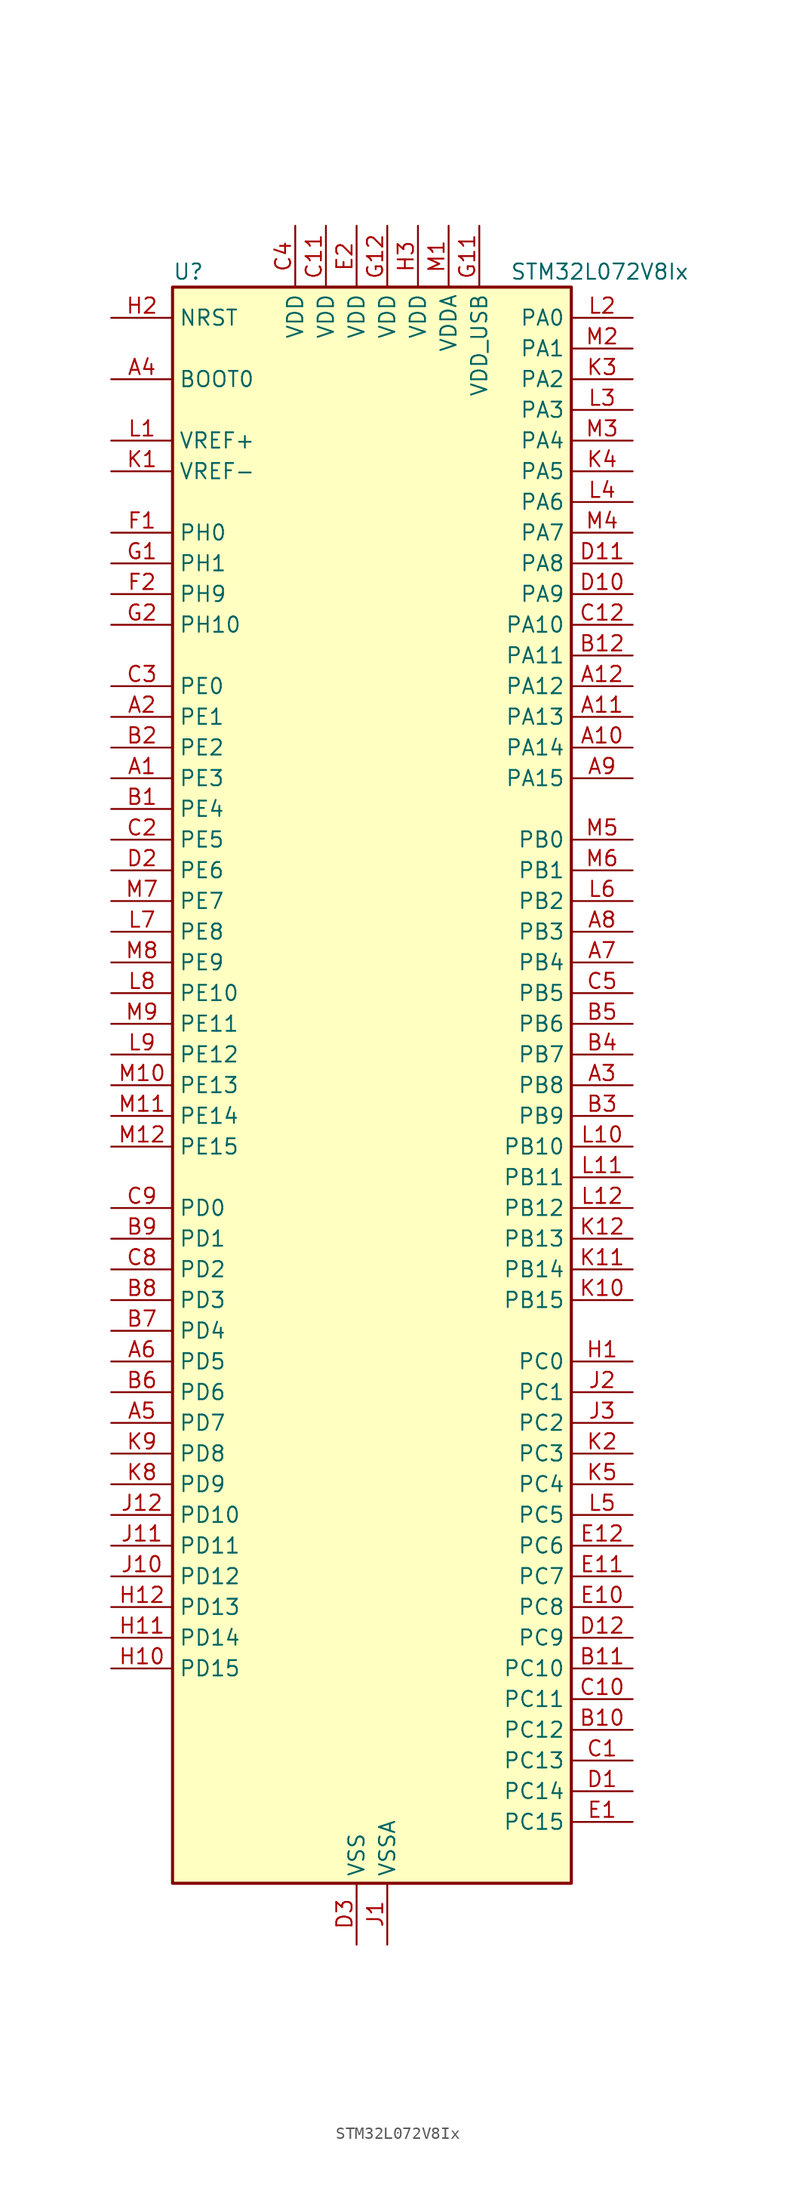
<source format=kicad_sym>
(kicad_symbol_lib
  (version 20220914)
  (generator kicad_symbol_editor)
  (symbol "STM32L072V8Ix"
    (property "Reference" "U"
      (at -15.24 67.31 0)
      (effects (font (size 1.27 1.27)) (justify left)))
    (property "Value" "STM32L072V8Ix"
      (at 12.7 67.31 0)
      (effects (font (size 1.27 1.27)) (justify left)))
    (property "ki_locked" ""
      (at 0 0 0)
      (effects (font (size 1.27 1.27))))
    (symbol "STM32L072V8Ix_0_1"
      (rectangle (start -15.24 -66.04) (end 17.78 66.04) (stroke (width 0.254) (type default)) (fill (type background))))
    (symbol "STM32L072V8Ix_1_1"
      (pin bidirectional line (at -20.32 25.4 0) (length 5.08) (name "PE3" (effects (font (size 1.27 1.27)))) (number "A1" (effects (font (size 1.27 1.27)))) (alternate "TIM22_CH1" bidirectional line) (alternate "TIM3_CH1" bidirectional line))
      (pin bidirectional line (at 22.86 27.94 180) (length 5.08) (name "PA14" (effects (font (size 1.27 1.27)))) (number "A10" (effects (font (size 1.27 1.27)))) (alternate "LPUART1_TX" bidirectional line) (alternate "SYS_SWCLK" bidirectional line) (alternate "USART2_TX" bidirectional line))
      (pin bidirectional line (at 22.86 30.48 180) (length 5.08) (name "PA13" (effects (font (size 1.27 1.27)))) (number "A11" (effects (font (size 1.27 1.27)))) (alternate "LPUART1_RX" bidirectional line) (alternate "SYS_SWDIO" bidirectional line) (alternate "USB_NOE" bidirectional line))
      (pin bidirectional line (at 22.86 33.02 180) (length 5.08) (name "PA12" (effects (font (size 1.27 1.27)))) (number "A12" (effects (font (size 1.27 1.27)))) (alternate "COMP2_OUT" bidirectional line) (alternate "SPI1_MOSI" bidirectional line) (alternate "TSC_G4_IO4" bidirectional line) (alternate "USART1_DE" bidirectional line) (alternate "USART1_RTS" bidirectional line) (alternate "USB_DP" bidirectional line))
      (pin bidirectional line (at -20.32 30.48 0) (length 5.08) (name "PE1" (effects (font (size 1.27 1.27)))) (number "A2" (effects (font (size 1.27 1.27)))))
      (pin bidirectional line (at 22.86 0 180) (length 5.08) (name "PB8" (effects (font (size 1.27 1.27)))) (number "A3" (effects (font (size 1.27 1.27)))) (alternate "I2C1_SCL" bidirectional line) (alternate "TSC_SYNC" bidirectional line))
      (pin input line (at -20.32 58.42 0) (length 5.08) (name "BOOT0" (effects (font (size 1.27 1.27)))) (number "A4" (effects (font (size 1.27 1.27)))))
      (pin bidirectional line (at -20.32 -27.94 0) (length 5.08) (name "PD7" (effects (font (size 1.27 1.27)))) (number "A5" (effects (font (size 1.27 1.27)))) (alternate "TIM21_CH2" bidirectional line) (alternate "USART2_CK" bidirectional line))
      (pin bidirectional line (at -20.32 -22.86 0) (length 5.08) (name "PD5" (effects (font (size 1.27 1.27)))) (number "A6" (effects (font (size 1.27 1.27)))) (alternate "USART2_TX" bidirectional line))
      (pin bidirectional line (at 22.86 10.16 180) (length 5.08) (name "PB4" (effects (font (size 1.27 1.27)))) (number "A7" (effects (font (size 1.27 1.27)))) (alternate "COMP2_INP" bidirectional line) (alternate "I2C3_SDA" bidirectional line) (alternate "SPI1_MISO" bidirectional line) (alternate "TIM22_CH1" bidirectional line) (alternate "TIM3_CH1" bidirectional line) (alternate "TSC_G5_IO2" bidirectional line) (alternate "USART1_CTS" bidirectional line) (alternate "USART5_RX" bidirectional line))
      (pin bidirectional line (at 22.86 12.7 180) (length 5.08) (name "PB3" (effects (font (size 1.27 1.27)))) (number "A8" (effects (font (size 1.27 1.27)))) (alternate "COMP2_INM" bidirectional line) (alternate "SPI1_SCK" bidirectional line) (alternate "TIM2_CH2" bidirectional line) (alternate "TSC_G5_IO1" bidirectional line) (alternate "USART1_DE" bidirectional line) (alternate "USART1_RTS" bidirectional line) (alternate "USART5_TX" bidirectional line))
      (pin bidirectional line (at 22.86 25.4 180) (length 5.08) (name "PA15" (effects (font (size 1.27 1.27)))) (number "A9" (effects (font (size 1.27 1.27)))) (alternate "SPI1_NSS" bidirectional line) (alternate "TIM2_CH1" bidirectional line) (alternate "TIM2_ETR" bidirectional line) (alternate "USART2_RX" bidirectional line) (alternate "USART4_DE" bidirectional line) (alternate "USART4_RTS" bidirectional line))
      (pin bidirectional line (at -20.32 22.86 0) (length 5.08) (name "PE4" (effects (font (size 1.27 1.27)))) (number "B1" (effects (font (size 1.27 1.27)))) (alternate "TIM22_CH2" bidirectional line) (alternate "TIM3_CH2" bidirectional line))
      (pin bidirectional line (at 22.86 -53.34 180) (length 5.08) (name "PC12" (effects (font (size 1.27 1.27)))) (number "B10" (effects (font (size 1.27 1.27)))) (alternate "USART4_CK" bidirectional line) (alternate "USART5_TX" bidirectional line))
      (pin bidirectional line (at 22.86 -48.26 180) (length 5.08) (name "PC10" (effects (font (size 1.27 1.27)))) (number "B11" (effects (font (size 1.27 1.27)))) (alternate "LPUART1_TX" bidirectional line) (alternate "USART4_TX" bidirectional line))
      (pin bidirectional line (at 22.86 35.56 180) (length 5.08) (name "PA11" (effects (font (size 1.27 1.27)))) (number "B12" (effects (font (size 1.27 1.27)))) (alternate "ADC_EXTI11" bidirectional line) (alternate "COMP1_OUT" bidirectional line) (alternate "SPI1_MISO" bidirectional line) (alternate "TSC_G4_IO3" bidirectional line) (alternate "USART1_CTS" bidirectional line) (alternate "USB_DM" bidirectional line))
      (pin bidirectional line (at -20.32 27.94 0) (length 5.08) (name "PE2" (effects (font (size 1.27 1.27)))) (number "B2" (effects (font (size 1.27 1.27)))) (alternate "TIM3_ETR" bidirectional line))
      (pin bidirectional line (at 22.86 -2.54 180) (length 5.08) (name "PB9" (effects (font (size 1.27 1.27)))) (number "B3" (effects (font (size 1.27 1.27)))) (alternate "DAC_EXTI9" bidirectional line) (alternate "I2C1_SDA" bidirectional line) (alternate "I2S2_WS" bidirectional line) (alternate "SPI2_NSS" bidirectional line))
      (pin bidirectional line (at 22.86 2.54 180) (length 5.08) (name "PB7" (effects (font (size 1.27 1.27)))) (number "B4" (effects (font (size 1.27 1.27)))) (alternate "COMP2_INP" bidirectional line) (alternate "I2C1_SDA" bidirectional line) (alternate "LPTIM1_IN2" bidirectional line) (alternate "SYS_PVD_IN" bidirectional line) (alternate "TSC_G5_IO4" bidirectional line) (alternate "USART1_RX" bidirectional line) (alternate "USART4_CTS" bidirectional line))
      (pin bidirectional line (at 22.86 5.08 180) (length 5.08) (name "PB6" (effects (font (size 1.27 1.27)))) (number "B5" (effects (font (size 1.27 1.27)))) (alternate "COMP2_INP" bidirectional line) (alternate "I2C1_SCL" bidirectional line) (alternate "LPTIM1_ETR" bidirectional line) (alternate "TSC_G5_IO3" bidirectional line) (alternate "USART1_TX" bidirectional line))
      (pin bidirectional line (at -20.32 -25.4 0) (length 5.08) (name "PD6" (effects (font (size 1.27 1.27)))) (number "B6" (effects (font (size 1.27 1.27)))) (alternate "USART2_RX" bidirectional line))
      (pin bidirectional line (at -20.32 -20.32 0) (length 5.08) (name "PD4" (effects (font (size 1.27 1.27)))) (number "B7" (effects (font (size 1.27 1.27)))) (alternate "I2S2_SD" bidirectional line) (alternate "SPI2_MOSI" bidirectional line) (alternate "USART2_DE" bidirectional line) (alternate "USART2_RTS" bidirectional line))
      (pin bidirectional line (at -20.32 -17.78 0) (length 5.08) (name "PD3" (effects (font (size 1.27 1.27)))) (number "B8" (effects (font (size 1.27 1.27)))) (alternate "I2S2_MCK" bidirectional line) (alternate "SPI2_MISO" bidirectional line) (alternate "USART2_CTS" bidirectional line))
      (pin bidirectional line (at -20.32 -12.7 0) (length 5.08) (name "PD1" (effects (font (size 1.27 1.27)))) (number "B9" (effects (font (size 1.27 1.27)))) (alternate "I2S2_CK" bidirectional line) (alternate "SPI2_SCK" bidirectional line))
      (pin bidirectional line (at 22.86 -55.88 180) (length 5.08) (name "PC13" (effects (font (size 1.27 1.27)))) (number "C1" (effects (font (size 1.27 1.27)))) (alternate "RTC_OUT_ALARM" bidirectional line) (alternate "RTC_OUT_CALIB" bidirectional line) (alternate "RTC_TAMP1" bidirectional line) (alternate "RTC_TS" bidirectional line) (alternate "SYS_WKUP2" bidirectional line))
      (pin bidirectional line (at 22.86 -50.8 180) (length 5.08) (name "PC11" (effects (font (size 1.27 1.27)))) (number "C10" (effects (font (size 1.27 1.27)))) (alternate "ADC_EXTI11" bidirectional line) (alternate "LPUART1_RX" bidirectional line) (alternate "USART4_RX" bidirectional line))
      (pin power_in line (at -2.54 71.12 270) (length 5.08) (name "VDD" (effects (font (size 1.27 1.27)))) (number "C11" (effects (font (size 1.27 1.27)))))
      (pin bidirectional line (at 22.86 38.1 180) (length 5.08) (name "PA10" (effects (font (size 1.27 1.27)))) (number "C12" (effects (font (size 1.27 1.27)))) (alternate "I2C1_SDA" bidirectional line) (alternate "TSC_G4_IO2" bidirectional line) (alternate "USART1_RX" bidirectional line))
      (pin bidirectional line (at -20.32 20.32 0) (length 5.08) (name "PE5" (effects (font (size 1.27 1.27)))) (number "C2" (effects (font (size 1.27 1.27)))) (alternate "TIM21_CH1" bidirectional line) (alternate "TIM3_CH3" bidirectional line))
      (pin bidirectional line (at -20.32 33.02 0) (length 5.08) (name "PE0" (effects (font (size 1.27 1.27)))) (number "C3" (effects (font (size 1.27 1.27)))))
      (pin power_in line (at -5.08 71.12 270) (length 5.08) (name "VDD" (effects (font (size 1.27 1.27)))) (number "C4" (effects (font (size 1.27 1.27)))))
      (pin bidirectional line (at 22.86 7.62 180) (length 5.08) (name "PB5" (effects (font (size 1.27 1.27)))) (number "C5" (effects (font (size 1.27 1.27)))) (alternate "COMP2_INP" bidirectional line) (alternate "I2C1_SMBA" bidirectional line) (alternate "LPTIM1_IN1" bidirectional line) (alternate "SPI1_MOSI" bidirectional line) (alternate "TIM22_CH2" bidirectional line) (alternate "TIM3_CH2" bidirectional line) (alternate "USART1_CK" bidirectional line) (alternate "USART5_CK" bidirectional line) (alternate "USART5_DE" bidirectional line) (alternate "USART5_RTS" bidirectional line))
      (pin bidirectional line (at -20.32 -15.24 0) (length 5.08) (name "PD2" (effects (font (size 1.27 1.27)))) (number "C8" (effects (font (size 1.27 1.27)))) (alternate "LPUART1_DE" bidirectional line) (alternate "LPUART1_RTS" bidirectional line) (alternate "TIM3_ETR" bidirectional line) (alternate "USART5_RX" bidirectional line))
      (pin bidirectional line (at -20.32 -10.16 0) (length 5.08) (name "PD0" (effects (font (size 1.27 1.27)))) (number "C9" (effects (font (size 1.27 1.27)))) (alternate "I2S2_WS" bidirectional line) (alternate "SPI2_NSS" bidirectional line) (alternate "TIM21_CH1" bidirectional line))
      (pin bidirectional line (at 22.86 -58.42 180) (length 5.08) (name "PC14" (effects (font (size 1.27 1.27)))) (number "D1" (effects (font (size 1.27 1.27)))) (alternate "RCC_OSC32_IN" bidirectional line))
      (pin bidirectional line (at 22.86 40.64 180) (length 5.08) (name "PA9" (effects (font (size 1.27 1.27)))) (number "D10" (effects (font (size 1.27 1.27)))) (alternate "DAC_EXTI9" bidirectional line) (alternate "I2C1_SCL" bidirectional line) (alternate "I2C3_SMBA" bidirectional line) (alternate "RCC_MCO" bidirectional line) (alternate "TSC_G4_IO1" bidirectional line) (alternate "USART1_TX" bidirectional line))
      (pin bidirectional line (at 22.86 43.18 180) (length 5.08) (name "PA8" (effects (font (size 1.27 1.27)))) (number "D11" (effects (font (size 1.27 1.27)))) (alternate "CRS_SYNC" bidirectional line) (alternate "I2C3_SCL" bidirectional line) (alternate "RCC_MCO" bidirectional line) (alternate "USART1_CK" bidirectional line))
      (pin bidirectional line (at 22.86 -45.72 180) (length 5.08) (name "PC9" (effects (font (size 1.27 1.27)))) (number "D12" (effects (font (size 1.27 1.27)))) (alternate "DAC_EXTI9" bidirectional line) (alternate "I2C3_SDA" bidirectional line) (alternate "TIM21_ETR" bidirectional line) (alternate "TIM3_CH4" bidirectional line) (alternate "TSC_G8_IO4" bidirectional line) (alternate "USB_NOE" bidirectional line))
      (pin bidirectional line (at -20.32 17.78 0) (length 5.08) (name "PE6" (effects (font (size 1.27 1.27)))) (number "D2" (effects (font (size 1.27 1.27)))) (alternate "RTC_TAMP3" bidirectional line) (alternate "SYS_WKUP3" bidirectional line) (alternate "TIM21_CH2" bidirectional line) (alternate "TIM3_CH4" bidirectional line))
      (pin power_in line (at 0 -71.12 90) (length 5.08) (name "VSS" (effects (font (size 1.27 1.27)))) (number "D3" (effects (font (size 1.27 1.27)))))
      (pin bidirectional line (at 22.86 -60.96 180) (length 5.08) (name "PC15" (effects (font (size 1.27 1.27)))) (number "E1" (effects (font (size 1.27 1.27)))) (alternate "RCC_OSC32_OUT" bidirectional line))
      (pin bidirectional line (at 22.86 -43.18 180) (length 5.08) (name "PC8" (effects (font (size 1.27 1.27)))) (number "E10" (effects (font (size 1.27 1.27)))) (alternate "TIM22_ETR" bidirectional line) (alternate "TIM3_CH3" bidirectional line) (alternate "TSC_G8_IO3" bidirectional line))
      (pin bidirectional line (at 22.86 -40.64 180) (length 5.08) (name "PC7" (effects (font (size 1.27 1.27)))) (number "E11" (effects (font (size 1.27 1.27)))) (alternate "TIM22_CH2" bidirectional line) (alternate "TIM3_CH2" bidirectional line) (alternate "TSC_G8_IO2" bidirectional line))
      (pin bidirectional line (at 22.86 -38.1 180) (length 5.08) (name "PC6" (effects (font (size 1.27 1.27)))) (number "E12" (effects (font (size 1.27 1.27)))) (alternate "TIM22_CH1" bidirectional line) (alternate "TIM3_CH1" bidirectional line) (alternate "TSC_G8_IO1" bidirectional line))
      (pin power_in line (at 0 71.12 270) (length 5.08) (name "VDD" (effects (font (size 1.27 1.27)))) (number "E2" (effects (font (size 1.27 1.27)))))
      (pin passive line (at 0 -71.12 90) (length 5.08) hide (name "VSS" (effects (font (size 1.27 1.27)))) (number "E3" (effects (font (size 1.27 1.27)))))
      (pin bidirectional line (at -20.32 45.72 0) (length 5.08) (name "PH0" (effects (font (size 1.27 1.27)))) (number "F1" (effects (font (size 1.27 1.27)))) (alternate "CRS_SYNC" bidirectional line) (alternate "RCC_OSC_IN" bidirectional line))
      (pin passive line (at 0 -71.12 90) (length 5.08) hide (name "VSS" (effects (font (size 1.27 1.27)))) (number "F11" (effects (font (size 1.27 1.27)))))
      (pin passive line (at 0 -71.12 90) (length 5.08) hide (name "VSS" (effects (font (size 1.27 1.27)))) (number "F12" (effects (font (size 1.27 1.27)))))
      (pin bidirectional line (at -20.32 40.64 0) (length 5.08) (name "PH9" (effects (font (size 1.27 1.27)))) (number "F2" (effects (font (size 1.27 1.27)))) (alternate "DAC_EXTI9" bidirectional line))
      (pin bidirectional line (at -20.32 43.18 0) (length 5.08) (name "PH1" (effects (font (size 1.27 1.27)))) (number "G1" (effects (font (size 1.27 1.27)))) (alternate "RCC_OSC_OUT" bidirectional line))
      (pin power_in line (at 10.16 71.12 270) (length 5.08) (name "VDD_USB" (effects (font (size 1.27 1.27)))) (number "G11" (effects (font (size 1.27 1.27)))))
      (pin power_in line (at 2.54 71.12 270) (length 5.08) (name "VDD" (effects (font (size 1.27 1.27)))) (number "G12" (effects (font (size 1.27 1.27)))))
      (pin bidirectional line (at -20.32 38.1 0) (length 5.08) (name "PH10" (effects (font (size 1.27 1.27)))) (number "G2" (effects (font (size 1.27 1.27)))))
      (pin bidirectional line (at 22.86 -22.86 180) (length 5.08) (name "PC0" (effects (font (size 1.27 1.27)))) (number "H1" (effects (font (size 1.27 1.27)))) (alternate "ADC_IN10" bidirectional line) (alternate "I2C3_SCL" bidirectional line) (alternate "LPTIM1_IN1" bidirectional line) (alternate "LPUART1_RX" bidirectional line) (alternate "TSC_G7_IO1" bidirectional line))
      (pin bidirectional line (at -20.32 -48.26 0) (length 5.08) (name "PD15" (effects (font (size 1.27 1.27)))) (number "H10" (effects (font (size 1.27 1.27)))) (alternate "CRS_SYNC" bidirectional line))
      (pin bidirectional line (at -20.32 -45.72 0) (length 5.08) (name "PD14" (effects (font (size 1.27 1.27)))) (number "H11" (effects (font (size 1.27 1.27)))))
      (pin bidirectional line (at -20.32 -43.18 0) (length 5.08) (name "PD13" (effects (font (size 1.27 1.27)))) (number "H12" (effects (font (size 1.27 1.27)))))
      (pin input line (at -20.32 63.5 0) (length 5.08) (name "NRST" (effects (font (size 1.27 1.27)))) (number "H2" (effects (font (size 1.27 1.27)))))
      (pin power_in line (at 5.08 71.12 270) (length 5.08) (name "VDD" (effects (font (size 1.27 1.27)))) (number "H3" (effects (font (size 1.27 1.27)))))
      (pin power_in line (at 2.54 -71.12 90) (length 5.08) (name "VSSA" (effects (font (size 1.27 1.27)))) (number "J1" (effects (font (size 1.27 1.27)))))
      (pin bidirectional line (at -20.32 -40.64 0) (length 5.08) (name "PD12" (effects (font (size 1.27 1.27)))) (number "J10" (effects (font (size 1.27 1.27)))) (alternate "LPUART1_DE" bidirectional line) (alternate "LPUART1_RTS" bidirectional line))
      (pin bidirectional line (at -20.32 -38.1 0) (length 5.08) (name "PD11" (effects (font (size 1.27 1.27)))) (number "J11" (effects (font (size 1.27 1.27)))) (alternate "ADC_EXTI11" bidirectional line) (alternate "LPUART1_CTS" bidirectional line))
      (pin bidirectional line (at -20.32 -35.56 0) (length 5.08) (name "PD10" (effects (font (size 1.27 1.27)))) (number "J12" (effects (font (size 1.27 1.27)))))
      (pin bidirectional line (at 22.86 -25.4 180) (length 5.08) (name "PC1" (effects (font (size 1.27 1.27)))) (number "J2" (effects (font (size 1.27 1.27)))) (alternate "ADC_IN11" bidirectional line) (alternate "I2C3_SDA" bidirectional line) (alternate "LPTIM1_OUT" bidirectional line) (alternate "LPUART1_TX" bidirectional line) (alternate "TSC_G7_IO2" bidirectional line))
      (pin bidirectional line (at 22.86 -27.94 180) (length 5.08) (name "PC2" (effects (font (size 1.27 1.27)))) (number "J3" (effects (font (size 1.27 1.27)))) (alternate "ADC_IN12" bidirectional line) (alternate "I2S2_MCK" bidirectional line) (alternate "LPTIM1_IN2" bidirectional line) (alternate "SPI2_MISO" bidirectional line) (alternate "TSC_G7_IO3" bidirectional line))
      (pin input line (at -20.32 50.8 0) (length 5.08) (name "VREF-" (effects (font (size 1.27 1.27)))) (number "K1" (effects (font (size 1.27 1.27)))))
      (pin bidirectional line (at 22.86 -17.78 180) (length 5.08) (name "PB15" (effects (font (size 1.27 1.27)))) (number "K10" (effects (font (size 1.27 1.27)))) (alternate "I2S2_SD" bidirectional line) (alternate "RTC_REFIN" bidirectional line) (alternate "SPI2_MOSI" bidirectional line))
      (pin bidirectional line (at 22.86 -15.24 180) (length 5.08) (name "PB14" (effects (font (size 1.27 1.27)))) (number "K11" (effects (font (size 1.27 1.27)))) (alternate "I2C2_SDA" bidirectional line) (alternate "I2S2_MCK" bidirectional line) (alternate "LPUART1_DE" bidirectional line) (alternate "LPUART1_RTS" bidirectional line) (alternate "RTC_OUT_ALARM" bidirectional line) (alternate "RTC_OUT_CALIB" bidirectional line) (alternate "SPI2_MISO" bidirectional line) (alternate "TIM21_CH2" bidirectional line) (alternate "TSC_G6_IO4" bidirectional line))
      (pin bidirectional line (at 22.86 -12.7 180) (length 5.08) (name "PB13" (effects (font (size 1.27 1.27)))) (number "K12" (effects (font (size 1.27 1.27)))) (alternate "I2C2_SCL" bidirectional line) (alternate "I2S2_CK" bidirectional line) (alternate "LPUART1_CTS" bidirectional line) (alternate "RCC_MCO" bidirectional line) (alternate "SPI2_SCK" bidirectional line) (alternate "TIM21_CH1" bidirectional line) (alternate "TSC_G6_IO3" bidirectional line))
      (pin bidirectional line (at 22.86 -30.48 180) (length 5.08) (name "PC3" (effects (font (size 1.27 1.27)))) (number "K2" (effects (font (size 1.27 1.27)))) (alternate "ADC_IN13" bidirectional line) (alternate "I2S2_SD" bidirectional line) (alternate "LPTIM1_ETR" bidirectional line) (alternate "SPI2_MOSI" bidirectional line) (alternate "TSC_G7_IO4" bidirectional line))
      (pin bidirectional line (at 22.86 58.42 180) (length 5.08) (name "PA2" (effects (font (size 1.27 1.27)))) (number "K3" (effects (font (size 1.27 1.27)))) (alternate "ADC_IN2" bidirectional line) (alternate "COMP2_INM" bidirectional line) (alternate "COMP2_OUT" bidirectional line) (alternate "LPUART1_TX" bidirectional line) (alternate "TIM21_CH1" bidirectional line) (alternate "TIM2_CH3" bidirectional line) (alternate "TSC_G1_IO3" bidirectional line) (alternate "USART2_TX" bidirectional line))
      (pin bidirectional line (at 22.86 50.8 180) (length 5.08) (name "PA5" (effects (font (size 1.27 1.27)))) (number "K4" (effects (font (size 1.27 1.27)))) (alternate "ADC_IN5" bidirectional line) (alternate "COMP1_INM" bidirectional line) (alternate "COMP2_INM" bidirectional line) (alternate "DAC_OUT2" bidirectional line) (alternate "SPI1_SCK" bidirectional line) (alternate "TIM2_CH1" bidirectional line) (alternate "TIM2_ETR" bidirectional line) (alternate "TSC_G2_IO2" bidirectional line))
      (pin bidirectional line (at 22.86 -33.02 180) (length 5.08) (name "PC4" (effects (font (size 1.27 1.27)))) (number "K5" (effects (font (size 1.27 1.27)))) (alternate "ADC_IN14" bidirectional line) (alternate "LPUART1_TX" bidirectional line))
      (pin bidirectional line (at -20.32 -33.02 0) (length 5.08) (name "PD9" (effects (font (size 1.27 1.27)))) (number "K8" (effects (font (size 1.27 1.27)))) (alternate "DAC_EXTI9" bidirectional line) (alternate "LPUART1_RX" bidirectional line))
      (pin bidirectional line (at -20.32 -30.48 0) (length 5.08) (name "PD8" (effects (font (size 1.27 1.27)))) (number "K9" (effects (font (size 1.27 1.27)))) (alternate "LPUART1_TX" bidirectional line))
      (pin input line (at -20.32 53.34 0) (length 5.08) (name "VREF+" (effects (font (size 1.27 1.27)))) (number "L1" (effects (font (size 1.27 1.27)))))
      (pin bidirectional line (at 22.86 -5.08 180) (length 5.08) (name "PB10" (effects (font (size 1.27 1.27)))) (number "L10" (effects (font (size 1.27 1.27)))) (alternate "I2C2_SCL" bidirectional line) (alternate "LPUART1_RX" bidirectional line) (alternate "LPUART1_TX" bidirectional line) (alternate "SPI2_SCK" bidirectional line) (alternate "TIM2_CH3" bidirectional line) (alternate "TSC_SYNC" bidirectional line))
      (pin bidirectional line (at 22.86 -7.62 180) (length 5.08) (name "PB11" (effects (font (size 1.27 1.27)))) (number "L11" (effects (font (size 1.27 1.27)))) (alternate "ADC_EXTI11" bidirectional line) (alternate "I2C2_SDA" bidirectional line) (alternate "LPUART1_RX" bidirectional line) (alternate "LPUART1_TX" bidirectional line) (alternate "TIM2_CH4" bidirectional line) (alternate "TSC_G6_IO1" bidirectional line))
      (pin bidirectional line (at 22.86 -10.16 180) (length 5.08) (name "PB12" (effects (font (size 1.27 1.27)))) (number "L12" (effects (font (size 1.27 1.27)))) (alternate "I2S2_WS" bidirectional line) (alternate "LPUART1_DE" bidirectional line) (alternate "LPUART1_RTS" bidirectional line) (alternate "SPI2_NSS" bidirectional line) (alternate "TSC_G6_IO2" bidirectional line))
      (pin bidirectional line (at 22.86 63.5 180) (length 5.08) (name "PA0" (effects (font (size 1.27 1.27)))) (number "L2" (effects (font (size 1.27 1.27)))) (alternate "ADC_IN0" bidirectional line) (alternate "COMP1_INM" bidirectional line) (alternate "COMP1_OUT" bidirectional line) (alternate "RTC_TAMP2" bidirectional line) (alternate "SYS_WKUP1" bidirectional line) (alternate "TIM2_CH1" bidirectional line) (alternate "TIM2_ETR" bidirectional line) (alternate "TSC_G1_IO1" bidirectional line) (alternate "USART2_CTS" bidirectional line) (alternate "USART4_TX" bidirectional line))
      (pin bidirectional line (at 22.86 55.88 180) (length 5.08) (name "PA3" (effects (font (size 1.27 1.27)))) (number "L3" (effects (font (size 1.27 1.27)))) (alternate "ADC_IN3" bidirectional line) (alternate "COMP2_INP" bidirectional line) (alternate "LPUART1_RX" bidirectional line) (alternate "TIM21_CH2" bidirectional line) (alternate "TIM2_CH4" bidirectional line) (alternate "TSC_G1_IO4" bidirectional line) (alternate "USART2_RX" bidirectional line))
      (pin bidirectional line (at 22.86 48.26 180) (length 5.08) (name "PA6" (effects (font (size 1.27 1.27)))) (number "L4" (effects (font (size 1.27 1.27)))) (alternate "ADC_IN6" bidirectional line) (alternate "COMP1_OUT" bidirectional line) (alternate "LPUART1_CTS" bidirectional line) (alternate "SPI1_MISO" bidirectional line) (alternate "TIM22_CH1" bidirectional line) (alternate "TIM3_CH1" bidirectional line) (alternate "TSC_G2_IO3" bidirectional line))
      (pin bidirectional line (at 22.86 -35.56 180) (length 5.08) (name "PC5" (effects (font (size 1.27 1.27)))) (number "L5" (effects (font (size 1.27 1.27)))) (alternate "ADC_IN15" bidirectional line) (alternate "LPUART1_RX" bidirectional line) (alternate "TSC_G3_IO1" bidirectional line))
      (pin bidirectional line (at 22.86 15.24 180) (length 5.08) (name "PB2" (effects (font (size 1.27 1.27)))) (number "L6" (effects (font (size 1.27 1.27)))) (alternate "I2C3_SMBA" bidirectional line) (alternate "LPTIM1_OUT" bidirectional line) (alternate "TSC_G3_IO4" bidirectional line))
      (pin bidirectional line (at -20.32 12.7 0) (length 5.08) (name "PE8" (effects (font (size 1.27 1.27)))) (number "L7" (effects (font (size 1.27 1.27)))) (alternate "USART4_TX" bidirectional line))
      (pin bidirectional line (at -20.32 7.62 0) (length 5.08) (name "PE10" (effects (font (size 1.27 1.27)))) (number "L8" (effects (font (size 1.27 1.27)))) (alternate "TIM2_CH2" bidirectional line) (alternate "USART5_TX" bidirectional line))
      (pin bidirectional line (at -20.32 2.54 0) (length 5.08) (name "PE12" (effects (font (size 1.27 1.27)))) (number "L9" (effects (font (size 1.27 1.27)))) (alternate "SPI1_NSS" bidirectional line) (alternate "TIM2_CH4" bidirectional line))
      (pin power_in line (at 7.62 71.12 270) (length 5.08) (name "VDDA" (effects (font (size 1.27 1.27)))) (number "M1" (effects (font (size 1.27 1.27)))))
      (pin bidirectional line (at -20.32 0 0) (length 5.08) (name "PE13" (effects (font (size 1.27 1.27)))) (number "M10" (effects (font (size 1.27 1.27)))) (alternate "SPI1_SCK" bidirectional line))
      (pin bidirectional line (at -20.32 -2.54 0) (length 5.08) (name "PE14" (effects (font (size 1.27 1.27)))) (number "M11" (effects (font (size 1.27 1.27)))) (alternate "SPI1_MISO" bidirectional line))
      (pin bidirectional line (at -20.32 -5.08 0) (length 5.08) (name "PE15" (effects (font (size 1.27 1.27)))) (number "M12" (effects (font (size 1.27 1.27)))) (alternate "SPI1_MOSI" bidirectional line))
      (pin bidirectional line (at 22.86 60.96 180) (length 5.08) (name "PA1" (effects (font (size 1.27 1.27)))) (number "M2" (effects (font (size 1.27 1.27)))) (alternate "ADC_IN1" bidirectional line) (alternate "COMP1_INP" bidirectional line) (alternate "TIM21_ETR" bidirectional line) (alternate "TIM2_CH2" bidirectional line) (alternate "TSC_G1_IO2" bidirectional line) (alternate "USART2_DE" bidirectional line) (alternate "USART2_RTS" bidirectional line) (alternate "USART4_RX" bidirectional line))
      (pin bidirectional line (at 22.86 53.34 180) (length 5.08) (name "PA4" (effects (font (size 1.27 1.27)))) (number "M3" (effects (font (size 1.27 1.27)))) (alternate "ADC_IN4" bidirectional line) (alternate "COMP1_INM" bidirectional line) (alternate "COMP2_INM" bidirectional line) (alternate "DAC_OUT1" bidirectional line) (alternate "SPI1_NSS" bidirectional line) (alternate "TIM22_ETR" bidirectional line) (alternate "TSC_G2_IO1" bidirectional line) (alternate "USART2_CK" bidirectional line))
      (pin bidirectional line (at 22.86 45.72 180) (length 5.08) (name "PA7" (effects (font (size 1.27 1.27)))) (number "M4" (effects (font (size 1.27 1.27)))) (alternate "ADC_IN7" bidirectional line) (alternate "COMP2_OUT" bidirectional line) (alternate "SPI1_MOSI" bidirectional line) (alternate "TIM22_CH2" bidirectional line) (alternate "TIM3_CH2" bidirectional line) (alternate "TSC_G2_IO4" bidirectional line))
      (pin bidirectional line (at 22.86 20.32 180) (length 5.08) (name "PB0" (effects (font (size 1.27 1.27)))) (number "M5" (effects (font (size 1.27 1.27)))) (alternate "ADC_IN8" bidirectional line) (alternate "SYS_VREF_OUT_PB0" bidirectional line) (alternate "TIM3_CH3" bidirectional line) (alternate "TSC_G3_IO2" bidirectional line))
      (pin bidirectional line (at 22.86 17.78 180) (length 5.08) (name "PB1" (effects (font (size 1.27 1.27)))) (number "M6" (effects (font (size 1.27 1.27)))) (alternate "ADC_IN9" bidirectional line) (alternate "LPUART1_DE" bidirectional line) (alternate "LPUART1_RTS" bidirectional line) (alternate "SYS_VREF_OUT_PB1" bidirectional line) (alternate "TIM3_CH4" bidirectional line) (alternate "TSC_G3_IO3" bidirectional line))
      (pin bidirectional line (at -20.32 15.24 0) (length 5.08) (name "PE7" (effects (font (size 1.27 1.27)))) (number "M7" (effects (font (size 1.27 1.27)))) (alternate "USART5_CK" bidirectional line) (alternate "USART5_DE" bidirectional line) (alternate "USART5_RTS" bidirectional line))
      (pin bidirectional line (at -20.32 10.16 0) (length 5.08) (name "PE9" (effects (font (size 1.27 1.27)))) (number "M8" (effects (font (size 1.27 1.27)))) (alternate "DAC_EXTI9" bidirectional line) (alternate "TIM2_CH1" bidirectional line) (alternate "TIM2_ETR" bidirectional line) (alternate "USART4_RX" bidirectional line))
      (pin bidirectional line (at -20.32 5.08 0) (length 5.08) (name "PE11" (effects (font (size 1.27 1.27)))) (number "M9" (effects (font (size 1.27 1.27)))) (alternate "ADC_EXTI11" bidirectional line) (alternate "TIM2_CH3" bidirectional line) (alternate "USART5_RX" bidirectional line)))))
</source>
